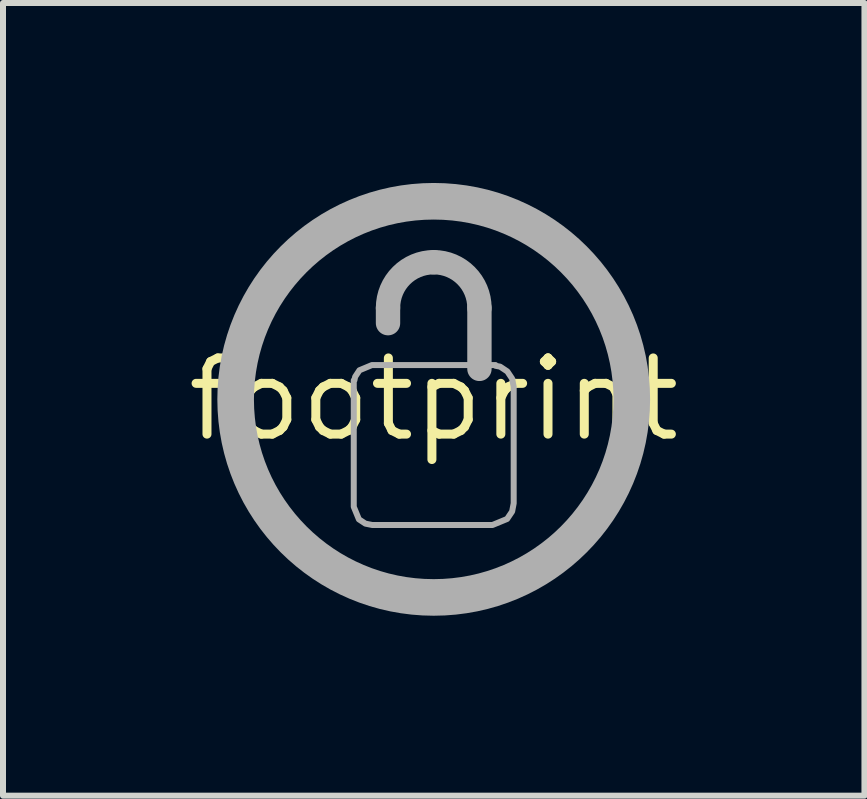
<source format=kicad_pcb>
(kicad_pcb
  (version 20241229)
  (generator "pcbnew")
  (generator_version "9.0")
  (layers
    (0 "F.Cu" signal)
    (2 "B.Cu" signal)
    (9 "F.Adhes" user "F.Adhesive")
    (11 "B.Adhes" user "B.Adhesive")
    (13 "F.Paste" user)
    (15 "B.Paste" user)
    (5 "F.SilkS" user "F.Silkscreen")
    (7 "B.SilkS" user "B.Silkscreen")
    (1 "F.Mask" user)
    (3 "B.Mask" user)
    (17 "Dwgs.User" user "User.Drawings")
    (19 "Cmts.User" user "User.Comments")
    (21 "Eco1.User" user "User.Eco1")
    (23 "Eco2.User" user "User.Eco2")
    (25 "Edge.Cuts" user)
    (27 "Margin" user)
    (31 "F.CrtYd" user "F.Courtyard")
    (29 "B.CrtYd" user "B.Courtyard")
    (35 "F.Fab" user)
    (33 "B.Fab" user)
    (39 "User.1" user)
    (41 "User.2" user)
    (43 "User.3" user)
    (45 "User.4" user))
  (footprint "footprint"
    (layer "F.Cu")
    (at 4.18 3.607)
    (property "Reference" "footprint" (at 0 0 0) (layer "F.SilkS") (effects (font (size 1.27 1.27) (thickness 0.15))))
    (fp_line (start -0.762 -1.524) (end -0.762 -1.27) (stroke (width 0.406) (type solid)) (layer "F.Fab"))
    (fp_line (start 0.762 -0.508) (end 0.762 -1.524) (stroke (width 0.406) (type solid)) (layer "F.Fab"))
    (fp_arc (start -0.762 -1.524) (mid -0.538815 -2.062815) (end 0 -2.286) (stroke (width 0.4064) (type solid)) (layer "F.Fab"))
    (fp_arc (start 0 -2.286) (mid 0.538815 -2.062815) (end 0.762 -1.524) (stroke (width 0.4064) (type solid)) (layer "F.Fab"))
    (fp_circle (center 0 0) (end 3.302 0) (stroke (width 0.61) (type solid)) (fill no) (layer "F.Fab"))
    (fp_poly (pts (xy 1.029 -0.56) (xy 1.107 -0.545) (xy 1.227 -0.465) (xy 1.307 -0.345) (xy 1.333 -0.209) (xy 1.333 1.733) (xy 1.307 1.869) (xy 1.223 1.994) (xy 0.978 2.095) (xy -1.022 2.095) (xy -1.138 2.072) (xy -1.247 2) (xy -1.333 1.791) (xy -1.333 -0.318) (xy -1.322 -0.318) (xy -1.31 -0.376) (xy -1.238 -0.485) (xy -1.029 -0.572) (xy 1.029 -0.572)) (stroke (width 0.1) (type solid)) (fill no) (layer "F.Fab")))
  (gr_rect
    (start -3 -3)
    (end 11.36 10.214)
    (stroke (width 0.1) (type default))
    (fill no)
    (layer "Edge.Cuts")))
</source>
